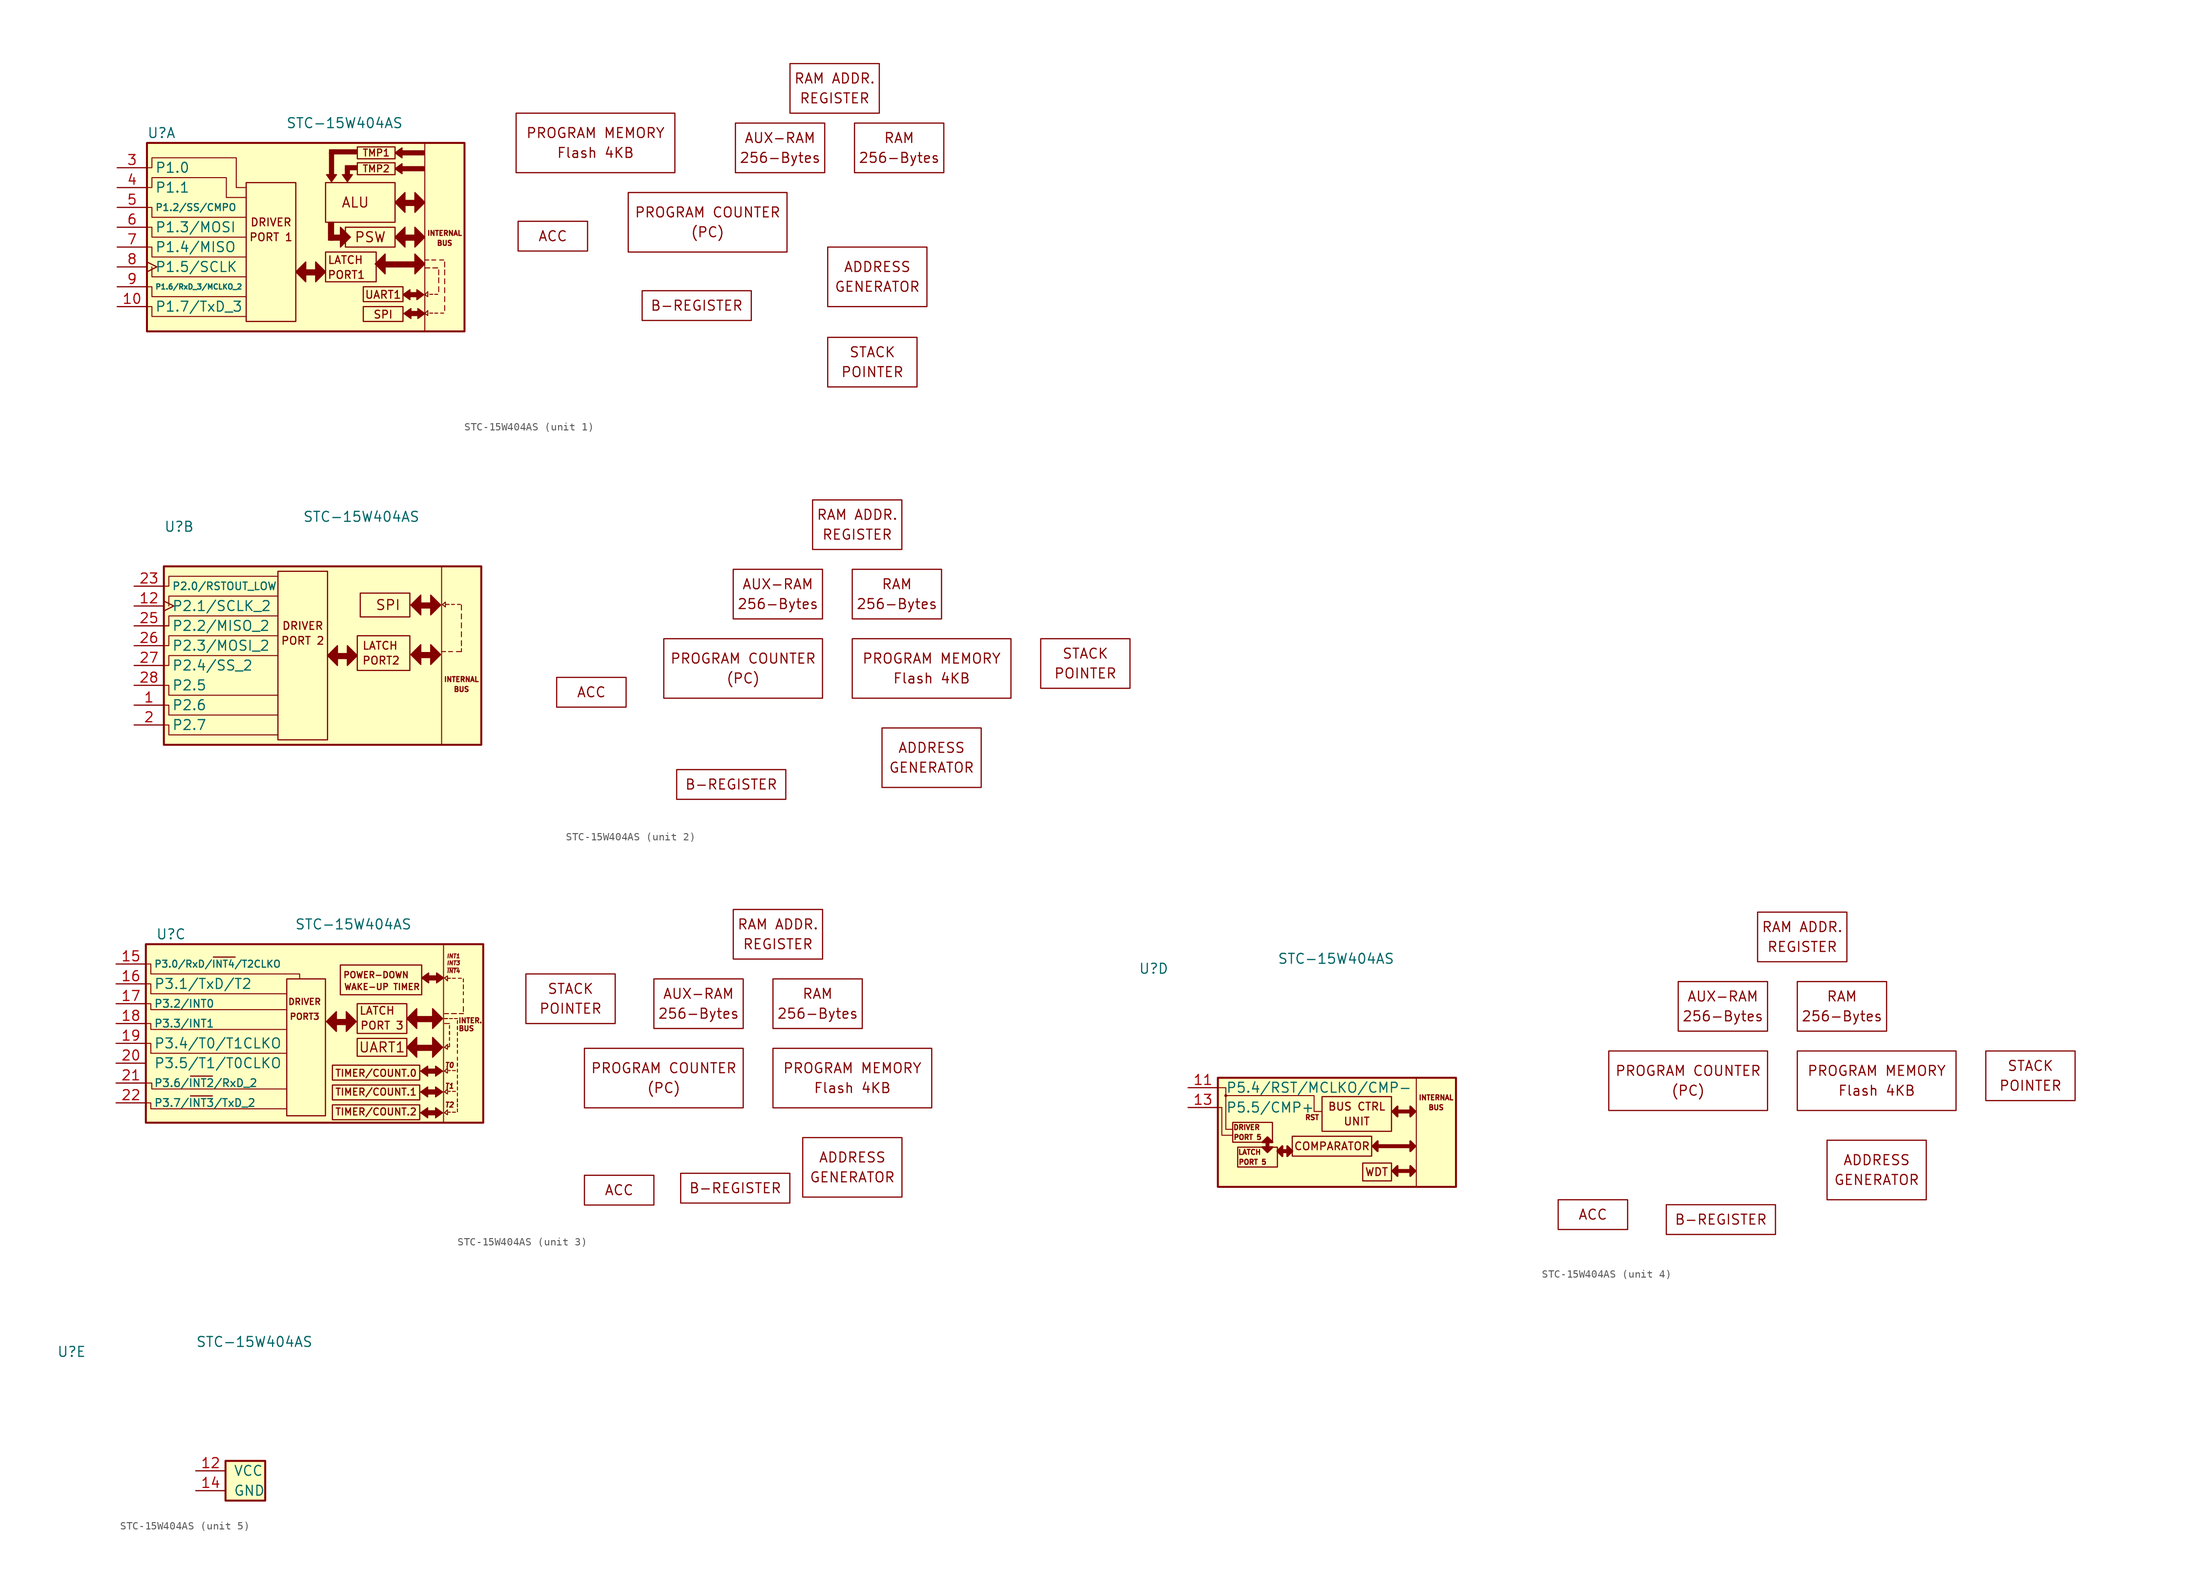
<source format=kicad_sym>
(kicad_symbol_lib
  (version 20211014)
  (generator kicad_symbol_editor)
  (symbol "STC-15W404AS"
    (pin_names
      (offset 1.016))
    (property "Reference" "U"
      (at -24.13 16.51 0)
      (effects (font (size 1.27 1.27)) (justify left)))
    (property "Value" "STC-15W404AS"
      (at -6.35 17.78 0)
      (effects (font (size 1.27 1.27)) (justify left)))
    (property "ki_locked" ""
      (at 0 0 0)
      (effects (font (size 1.27 1.27))))
    (symbol "STC-15W404AS_1_1"
      (rectangle (start -24.13 15.24) (end 16.51 -8.89) (stroke (width 0.254) (type default) (color 0 0 0 0)) (fill (type background)))
      (rectangle (start -5.08 -7.62) (end -11.43 10.16) (stroke (width 0) (type default) (color 0 0 0 0)) (fill (type none)))
      (rectangle (start -2.54 -1.651) (end -3.81 -1.016) (stroke (width 0) (type default) (color 0 0 0 0)) (fill (type outline)))
      (rectangle (start -1.27 10.16) (end 7.62 5.08) (stroke (width 0) (type default) (color 0 0 0 0)) (fill (type none)))
      (rectangle (start -0.762 11.176) (end -0.254 13.97) (stroke (width 0) (type default) (color 0 0 0 0)) (fill (type outline)))
      (rectangle (start -0.254 5.08) (end -0.889 2.794) (stroke (width 0) (type default) (color 0 0 0 0)) (fill (type outline)))
      (polyline (pts (xy 11.43 -0.762) (xy 12.065 -0.762)) (stroke (width 0.127) (type default) (color 0 0 0 0)) (fill (type none)))
      (polyline (pts (xy 11.43 0.254) (xy 11.938 0.254)) (stroke (width 0.127) (type default) (color 0 0 0 0)) (fill (type none)))
      (polyline (pts (xy 12.319 0.254) (xy 12.827 0.254)) (stroke (width 0.127) (type default) (color 0 0 0 0)) (fill (type none)))
      (polyline (pts (xy 12.446 -6.553) (xy 12.065 -6.553)) (stroke (width 0.127) (type default) (color 0 0 0 0)) (fill (type none)))
      (polyline (pts (xy 12.446 -4.14) (xy 12.065 -4.14)) (stroke (width 0.127) (type default) (color 0 0 0 0)) (fill (type none)))
      (polyline (pts (xy 13.081 -6.553) (xy 12.7 -6.553)) (stroke (width 0.127) (type default) (color 0 0 0 0)) (fill (type none)))
      (polyline (pts (xy 13.081 -4.14) (xy 12.7 -4.14)) (stroke (width 0.127) (type default) (color 0 0 0 0)) (fill (type none)))
      (polyline (pts (xy 13.081 -0.762) (xy 12.446 -0.762)) (stroke (width 0.127) (type default) (color 0 0 0 0)) (fill (type none)))
      (polyline (pts (xy 13.208 -3.175) (xy 13.208 -3.81)) (stroke (width 0.127) (type default) (color 0 0 0 0)) (fill (type none)))
      (polyline (pts (xy 13.208 -2.667) (xy 13.208 -2.032)) (stroke (width 0.127) (type default) (color 0 0 0 0)) (fill (type none)))
      (polyline (pts (xy 13.208 -1.016) (xy 13.208 -1.651)) (stroke (width 0.127) (type default) (color 0 0 0 0)) (fill (type none)))
      (polyline (pts (xy 13.843 -6.553) (xy 13.462 -6.553)) (stroke (width 0.127) (type default) (color 0 0 0 0)) (fill (type none)))
      (polyline (pts (xy 13.843 0.254) (xy 13.335 0.254)) (stroke (width 0.127) (type default) (color 0 0 0 0)) (fill (type none)))
      (polyline (pts (xy 13.97 -5.588) (xy 13.97 -6.223)) (stroke (width 0.127) (type default) (color 0 0 0 0)) (fill (type none)))
      (polyline (pts (xy 13.97 -5.08) (xy 13.97 -4.445)) (stroke (width 0.127) (type default) (color 0 0 0 0)) (fill (type none)))
      (polyline (pts (xy 13.97 -3.302) (xy 13.97 -3.937)) (stroke (width 0.127) (type default) (color 0 0 0 0)) (fill (type none)))
      (polyline (pts (xy 13.97 -2.794) (xy 13.97 -2.159)) (stroke (width 0.127) (type default) (color 0 0 0 0)) (fill (type none)))
      (polyline (pts (xy 13.97 -1.651) (xy 13.97 -1.016)) (stroke (width 0.127) (type default) (color 0 0 0 0)) (fill (type none)))
      (polyline (pts (xy 13.97 0) (xy 13.97 -0.635)) (stroke (width 0.127) (type default) (color 0 0 0 0)) (fill (type none)))
      (polyline (pts (xy -23.495 -0.635) (xy -23.495 -1.905) (xy -11.43 -1.905)) (stroke (width 0.127) (type default) (color 0 0 0 0)) (fill (type none)))
      (polyline (pts (xy -24.13 -5.715) (xy -23.495 -5.715) (xy -23.495 -6.985) (xy -11.43 -6.985)) (stroke (width 0.127) (type default) (color 0 0 0 0)) (fill (type none)))
      (polyline (pts (xy -24.13 4.445) (xy -23.495 4.445) (xy -23.495 3.175) (xy -11.43 3.175)) (stroke (width 0.127) (type default) (color 0 0 0 0)) (fill (type none)))
      (polyline (pts (xy -5.08 -1.27) (xy -3.81 0) (xy -5.08 -1.27) (xy -3.81 -2.54) (xy -3.81 0)) (stroke (width 0) (type default) (color 0 0 0 0)) (fill (type outline)))
      (polyline (pts (xy -1.27 -1.27) (xy -2.54 -2.54) (xy -1.27 -1.27) (xy -2.54 0) (xy -2.54 -2.54)) (stroke (width 0) (type default) (color 0 0 0 0)) (fill (type outline)))
      (polyline (pts (xy 1.905 3.175) (xy 0.635 1.905) (xy 1.905 3.175) (xy 0.635 4.445) (xy 0.635 1.905)) (stroke (width 0) (type default) (color 0 0 0 0)) (fill (type outline)))
      (polyline (pts (xy 5.08 -0.254) (xy 6.35 1.016) (xy 5.08 -0.254) (xy 6.35 -1.524) (xy 6.35 1.016)) (stroke (width 0) (type default) (color 0 0 0 0)) (fill (type outline)))
      (polyline (pts (xy 7.62 3.175) (xy 8.89 4.445) (xy 7.62 3.175) (xy 8.89 1.905) (xy 8.89 4.445)) (stroke (width 0) (type default) (color 0 0 0 0)) (fill (type outline)))
      (polyline (pts (xy 7.62 7.62) (xy 8.89 8.89) (xy 7.62 7.62) (xy 8.89 6.35) (xy 8.89 8.89)) (stroke (width 0) (type default) (color 0 0 0 0)) (fill (type outline)))
      (polyline (pts (xy 11.43 -6.604) (xy 11.811 -6.223) (xy 11.811 -6.731) (xy 11.811 -6.858) (xy 11.43 -6.604)) (stroke (width 0.127) (type default) (color 0 0 0 0)) (fill (type none)))
      (polyline (pts (xy 11.43 -4.191) (xy 11.811 -3.81) (xy 11.811 -4.318) (xy 11.811 -4.445) (xy 11.43 -4.191)) (stroke (width 0.127) (type default) (color 0 0 0 0)) (fill (type none)))
      (polyline (pts (xy 11.43 -0.254) (xy 10.16 -1.524) (xy 11.43 -0.254) (xy 10.16 1.016) (xy 10.16 -1.524)) (stroke (width 0) (type default) (color 0 0 0 0)) (fill (type outline)))
      (polyline (pts (xy 11.43 3.175) (xy 10.16 1.905) (xy 11.43 3.175) (xy 10.16 4.445) (xy 10.16 1.905)) (stroke (width 0) (type default) (color 0 0 0 0)) (fill (type outline)))
      (polyline (pts (xy 11.43 7.62) (xy 10.16 6.35) (xy 11.43 7.62) (xy 10.16 8.89) (xy 10.16 6.35)) (stroke (width 0) (type default) (color 0 0 0 0)) (fill (type outline)))
      (polyline (pts (xy -24.13 -3.175) (xy -23.495 -3.175) (xy -23.495 -4.445) (xy -22.86 -4.445) (xy -15.875 -4.445) (xy -11.43 -4.445)) (stroke (width 0.127) (type default) (color 0 0 0 0)) (fill (type none)))
      (polyline (pts (xy -24.13 1.905) (xy -23.495 1.905) (xy -23.495 0.635) (xy -22.86 0.635) (xy -15.875 0.635) (xy -11.43 0.635)) (stroke (width 0.127) (type default) (color 0 0 0 0)) (fill (type none)))
      (polyline (pts (xy -24.13 6.985) (xy -23.495 6.985) (xy -23.495 5.715) (xy -22.86 5.715) (xy -15.875 5.715) (xy -11.43 5.715)) (stroke (width 0.127) (type default) (color 0 0 0 0)) (fill (type none)))
      (polyline (pts (xy -24.13 9.525) (xy -23.495 9.525) (xy -23.495 10.795) (xy -13.97 10.795) (xy -13.97 8.255) (xy -11.43 8.255)) (stroke (width 0.127) (type default) (color 0 0 0 0)) (fill (type none)))
      (polyline (pts (xy -24.13 12.065) (xy -23.495 12.065) (xy -23.495 13.335) (xy -12.7 13.335) (xy -12.7 9.525) (xy -11.43 9.525)) (stroke (width 0.127) (type default) (color 0 0 0 0)) (fill (type none)))
      (polyline (pts (xy -0.508 10.541) (xy -1.143 11.176) (xy -0.508 10.287) (xy 0.127 11.176) (xy -0.381 11.176) (xy -1.143 11.176)) (stroke (width 0) (type default) (color 0 0 0 0)) (fill (type outline)))
      (polyline (pts (xy 1.524 10.541) (xy 0.889 11.176) (xy 1.524 10.287) (xy 2.159 11.176) (xy 1.651 11.176) (xy 0.889 11.176)) (stroke (width 0) (type default) (color 0 0 0 0)) (fill (type outline)))
      (polyline (pts (xy 7.874 11.938) (xy 8.509 12.573) (xy 7.62 11.938) (xy 8.509 11.303) (xy 8.509 11.811) (xy 8.509 12.573)) (stroke (width 0) (type default) (color 0 0 0 0)) (fill (type outline)))
      (polyline (pts (xy 7.874 13.97) (xy 8.509 14.605) (xy 7.62 13.97) (xy 8.509 13.335) (xy 8.509 13.843) (xy 8.509 14.605)) (stroke (width 0) (type default) (color 0 0 0 0)) (fill (type outline)))
      (polyline (pts (xy 8.89 -4.191) (xy 9.525 -3.556) (xy 8.636 -4.191) (xy 9.525 -4.826) (xy 9.525 -4.318) (xy 9.525 -3.556)) (stroke (width 0) (type default) (color 0 0 0 0)) (fill (type outline)))
      (polyline (pts (xy 9.017 -6.604) (xy 9.652 -5.969) (xy 8.763 -6.604) (xy 9.652 -7.239) (xy 9.652 -6.731) (xy 9.652 -5.969)) (stroke (width 0) (type default) (color 0 0 0 0)) (fill (type outline)))
      (polyline (pts (xy 11.049 -4.191) (xy 10.414 -4.826) (xy 11.303 -4.191) (xy 10.414 -3.556) (xy 10.414 -4.064) (xy 10.414 -4.826)) (stroke (width 0) (type default) (color 0 0 0 0)) (fill (type outline)))
      (polyline (pts (xy 11.176 -6.604) (xy 10.541 -7.239) (xy 11.43 -6.604) (xy 10.541 -5.969) (xy 10.541 -6.477) (xy 10.541 -7.239)) (stroke (width 0) (type default) (color 0 0 0 0)) (fill (type outline)))
      (rectangle (start 0.635 2.794) (end -0.635 3.429) (stroke (width 0) (type default) (color 0 0 0 0)) (fill (type outline)))
      (rectangle (start 1.27 4.445) (end 7.62 1.905) (stroke (width 0) (type default) (color 0 0 0 0)) (fill (type none)))
      (rectangle (start 1.27 11.176) (end 1.778 11.938) (stroke (width 0) (type default) (color 0 0 0 0)) (fill (type outline)))
      (rectangle (start 2.667 11.811) (end 1.27 12.319) (stroke (width 0) (type default) (color 0 0 0 0)) (fill (type outline)))
      (rectangle (start 2.667 13.843) (end -0.762 14.351) (stroke (width 0) (type default) (color 0 0 0 0)) (fill (type outline)))
      (rectangle (start 2.794 12.7) (end 7.62 11.176) (stroke (width 0) (type default) (color 0 0 0 0)) (fill (type none)))
      (rectangle (start 2.794 14.732) (end 7.62 13.208) (stroke (width 0) (type default) (color 0 0 0 0)) (fill (type none)))
      (rectangle (start 3.556 -5.715) (end 8.636 -7.62) (stroke (width 0) (type default) (color 0 0 0 0)) (fill (type none)))
      (rectangle (start 3.556 -3.175) (end 8.636 -5.08) (stroke (width 0) (type default) (color 0 0 0 0)) (fill (type none)))
      (rectangle (start 5.207 -2.54) (end -1.27 1.27) (stroke (width 0) (type default) (color 0 0 0 0)) (fill (type none)))
      (rectangle (start 8.509 12.192) (end 11.303 11.684) (stroke (width 0) (type default) (color 0 0 0 0)) (fill (type outline)))
      (rectangle (start 8.509 14.224) (end 11.303 13.716) (stroke (width 0) (type default) (color 0 0 0 0)) (fill (type outline)))
      (rectangle (start 9.525 -3.937) (end 10.414 -4.445) (stroke (width 0) (type default) (color 0 0 0 0)) (fill (type outline)))
      (rectangle (start 9.652 -6.35) (end 10.541 -6.858) (stroke (width 0) (type default) (color 0 0 0 0)) (fill (type outline)))
      (rectangle (start 10.16 -0.635) (end 6.35 0) (stroke (width 0) (type default) (color 0 0 0 0)) (fill (type outline)))
      (rectangle (start 10.16 2.794) (end 8.89 3.429) (stroke (width 0) (type default) (color 0 0 0 0)) (fill (type outline)))
      (rectangle (start 10.16 7.239) (end 8.89 7.874) (stroke (width 0) (type default) (color 0 0 0 0)) (fill (type outline)))
      (rectangle (start 11.43 15.24) (end 16.51 -8.89) (stroke (width 0.127) (type default) (color 0 0 0 0)) (fill (type none)))
      (rectangle (start 23.114 19.05) (end 43.434 11.43) (stroke (width 0) (type default) (color 0 0 0 0)) (fill (type none)))
      (rectangle (start 23.368 5.207) (end 32.258 1.397) (stroke (width 0) (type default) (color 0 0 0 0)) (fill (type none)))
      (rectangle (start 37.465 8.89) (end 57.785 1.27) (stroke (width 0) (type default) (color 0 0 0 0)) (fill (type none)))
      (rectangle (start 39.243 -3.683) (end 53.213 -7.493) (stroke (width 0) (type default) (color 0 0 0 0)) (fill (type none)))
      (rectangle (start 51.181 17.78) (end 62.611 11.43) (stroke (width 0) (type default) (color 0 0 0 0)) (fill (type none)))
      (rectangle (start 58.166 25.4) (end 69.596 19.05) (stroke (width 0) (type default) (color 0 0 0 0)) (fill (type none)))
      (rectangle (start 62.992 -9.652) (end 74.422 -16.002) (stroke (width 0) (type default) (color 0 0 0 0)) (fill (type none)))
      (rectangle (start 62.992 1.905) (end 75.692 -5.715) (stroke (width 0) (type default) (color 0 0 0 0)) (fill (type none)))
      (rectangle (start 66.421 17.78) (end 77.851 11.43) (stroke (width 0) (type default) (color 0 0 0 0)) (fill (type none)))
      (text "(PC)" (at 47.625 3.81 0) (effects (font (size 1.27 1.27))))
      (text "256-Bytes" (at 56.896 13.335 0) (effects (font (size 1.27 1.27))))
      (text "256-Bytes" (at 72.136 13.335 0) (effects (font (size 1.27 1.27))))
      (text "ACC" (at 27.813 3.302 0) (effects (font (size 1.27 1.27))))
      (text "ADDRESS" (at 69.342 -0.635 0) (effects (font (size 1.27 1.27))))
      (text "ALU" (at 2.54 7.62 0) (effects (font (size 1.27 1.27))))
      (text "AUX-RAM" (at 56.896 15.875 0) (effects (font (size 1.27 1.27))))
      (text "B-REGISTER" (at 46.228 -5.588 0) (effects (font (size 1.27 1.27))))
      (text "BUS" (at 13.97 2.413 0) (effects (font (size 0.635 0.635))))
      (text "DRIVER" (at -8.255 5.08 0) (effects (font (size 0.991 0.991))))
      (text "Flash 4KB" (at 33.274 13.97 0) (effects (font (size 1.27 1.27))))
      (text "GENERATOR" (at 69.342 -3.175 0) (effects (font (size 1.27 1.27))))
      (text "INTERNAL" (at 13.97 3.683 0) (effects (font (size 0.635 0.635))))
      (text "LATCH" (at 1.27 0.254 0) (effects (font (size 0.991 0.991))))
      (text "POINTER" (at 68.707 -14.097 0) (effects (font (size 1.27 1.27))))
      (text "PORT 1" (at -8.255 3.175 0) (effects (font (size 0.991 0.991))))
      (text "PORT1" (at 1.397 -1.651 0) (effects (font (size 0.991 0.991))))
      (text "PROGRAM COUNTER" (at 47.625 6.35 0) (effects (font (size 1.27 1.27))))
      (text "PROGRAM MEMORY" (at 33.274 16.51 0) (effects (font (size 1.27 1.27))))
      (text "PSW" (at 4.445 3.175 0) (effects (font (size 1.27 1.27))))
      (text "RAM" (at 72.136 15.875 0) (effects (font (size 1.27 1.27))))
      (text "RAM ADDR." (at 63.881 23.495 0) (effects (font (size 1.27 1.27))))
      (text "REGISTER" (at 63.881 20.955 0) (effects (font (size 1.27 1.27))))
      (text "SPI" (at 6.096 -6.731 0) (effects (font (size 0.991 0.991))))
      (text "STACK" (at 68.707 -11.557 0) (effects (font (size 1.27 1.27))))
      (text "TMP1" (at 5.207 13.97 0) (effects (font (size 0.889 0.889))))
      (text "TMP2" (at 5.207 11.938 0) (effects (font (size 0.889 0.889))))
      (text "UART1" (at 6.096 -4.191 0) (effects (font (size 0.991 0.991))))
      (pin bidirectional line (at -27.94 -5.715 0) (length 3.81) (name "P1.7/TxD_3" (effects (font (size 1.27 1.27)))) (number "10" (effects (font (size 1.27 1.27)))))
      (pin bidirectional line (at -27.94 12.065 0) (length 3.81) (name "P1.0" (effects (font (size 1.27 1.27)))) (number "3" (effects (font (size 1.27 1.27)))))
      (pin bidirectional line (at -27.94 9.525 0) (length 3.81) (name "P1.1" (effects (font (size 1.27 1.27)))) (number "4" (effects (font (size 1.27 1.27)))))
      (pin bidirectional line (at -27.94 6.985 0) (length 3.81) (name "P1.2/SS/CMPO" (effects (font (size 0.889 0.889)))) (number "5" (effects (font (size 1.27 1.27)))))
      (pin bidirectional line (at -27.94 4.445 0) (length 3.81) (name "P1.3/MOSI" (effects (font (size 1.27 1.27)))) (number "6" (effects (font (size 1.27 1.27)))))
      (pin bidirectional line (at -27.94 1.905 0) (length 3.81) (name "P1.4/MISO" (effects (font (size 1.27 1.27)))) (number "7" (effects (font (size 1.27 1.27)))))
      (pin bidirectional clock (at -27.94 -0.635 0) (length 3.81) (name "P1.5/SCLK" (effects (font (size 1.27 1.27)))) (number "8" (effects (font (size 1.27 1.27)))))
      (pin bidirectional line (at -27.94 -3.175 0) (length 3.81) (name "P1.6/RxD_3/MCLKO_2" (effects (font (size 0.66 0.66)))) (number "9" (effects (font (size 1.27 1.27))))))
    (symbol "STC-15W404AS_2_1"
      (rectangle (start -24.13 11.43) (end 16.51 -11.43) (stroke (width 0.254) (type default) (color 0 0 0 0)) (fill (type background)))
      (rectangle (start -3.175 -10.795) (end -9.525 10.795) (stroke (width 0) (type default) (color 0 0 0 0)) (fill (type none)))
      (rectangle (start -0.635 -0.381) (end -1.905 0.254) (stroke (width 0) (type default) (color 0 0 0 0)) (fill (type outline)))
      (polyline (pts (xy -23.495 3.81) (xy -24.13 3.81)) (stroke (width 0.152) (type default) (color 0 0 0 0)) (fill (type none)))
      (polyline (pts (xy 11.43 0.508) (xy 11.938 0.508)) (stroke (width 0.127) (type default) (color 0 0 0 0)) (fill (type none)))
      (polyline (pts (xy 12.319 0.508) (xy 12.827 0.508)) (stroke (width 0.127) (type default) (color 0 0 0 0)) (fill (type none)))
      (polyline (pts (xy 12.395 6.553) (xy 12.014 6.553)) (stroke (width 0.127) (type default) (color 0 0 0 0)) (fill (type none)))
      (polyline (pts (xy 13.081 6.553) (xy 12.7 6.553)) (stroke (width 0.127) (type default) (color 0 0 0 0)) (fill (type none)))
      (polyline (pts (xy 13.843 6.553) (xy 13.462 6.553)) (stroke (width 0.127) (type default) (color 0 0 0 0)) (fill (type none)))
      (polyline (pts (xy 13.97 0.508) (xy 13.335 0.508)) (stroke (width 0.127) (type default) (color 0 0 0 0)) (fill (type none)))
      (polyline (pts (xy 13.97 0.533) (xy 13.97 0.889)) (stroke (width 0.127) (type default) (color 0 0 0 0)) (fill (type none)))
      (polyline (pts (xy 13.97 1.905) (xy 13.97 1.27)) (stroke (width 0.127) (type default) (color 0 0 0 0)) (fill (type none)))
      (polyline (pts (xy 13.97 3.048) (xy 13.97 2.413)) (stroke (width 0.127) (type default) (color 0 0 0 0)) (fill (type none)))
      (polyline (pts (xy 13.97 3.556) (xy 13.97 4.191)) (stroke (width 0.127) (type default) (color 0 0 0 0)) (fill (type none)))
      (polyline (pts (xy 13.97 5.334) (xy 13.97 4.699)) (stroke (width 0.127) (type default) (color 0 0 0 0)) (fill (type none)))
      (polyline (pts (xy 13.97 5.842) (xy 13.97 6.477)) (stroke (width 0.127) (type default) (color 0 0 0 0)) (fill (type none)))
      (polyline (pts (xy -23.495 3.81) (xy -23.495 5.08) (xy -9.525 5.08)) (stroke (width 0.127) (type default) (color 0 0 0 0)) (fill (type none)))
      (polyline (pts (xy -24.13 -1.27) (xy -23.495 -1.27) (xy -23.495 0) (xy -9.525 0)) (stroke (width 0.127) (type default) (color 0 0 0 0)) (fill (type none)))
      (polyline (pts (xy -24.13 8.89) (xy -23.495 8.89) (xy -23.495 10.16) (xy -9.525 10.16)) (stroke (width 0.127) (type default) (color 0 0 0 0)) (fill (type none)))
      (polyline (pts (xy -23.495 6.35) (xy -23.495 7.62) (xy -22.86 7.62) (xy -15.875 7.62) (xy -9.525 7.62)) (stroke (width 0.127) (type default) (color 0 0 0 0)) (fill (type none)))
      (polyline (pts (xy -3.175 0) (xy -1.905 1.27) (xy -3.175 0) (xy -1.905 -1.27) (xy -1.905 1.27)) (stroke (width 0) (type default) (color 0 0 0 0)) (fill (type outline)))
      (polyline (pts (xy 0.635 0) (xy -0.635 -1.27) (xy 0.635 0) (xy -0.635 1.27) (xy -0.635 -1.27)) (stroke (width 0) (type default) (color 0 0 0 0)) (fill (type outline)))
      (polyline (pts (xy 7.493 0.127) (xy 8.763 1.397) (xy 7.493 0.127) (xy 8.763 -1.143) (xy 8.763 1.397)) (stroke (width 0) (type default) (color 0 0 0 0)) (fill (type outline)))
      (polyline (pts (xy 7.493 6.477) (xy 8.763 7.747) (xy 7.493 6.477) (xy 8.763 5.207) (xy 8.763 7.747)) (stroke (width 0) (type default) (color 0 0 0 0)) (fill (type outline)))
      (polyline (pts (xy 11.303 0.127) (xy 10.033 -1.143) (xy 11.303 0.127) (xy 10.033 1.397) (xy 10.033 -1.143)) (stroke (width 0) (type default) (color 0 0 0 0)) (fill (type outline)))
      (polyline (pts (xy 11.303 6.477) (xy 10.033 5.207) (xy 11.303 6.477) (xy 10.033 7.747) (xy 10.033 5.207)) (stroke (width 0) (type default) (color 0 0 0 0)) (fill (type outline)))
      (polyline (pts (xy 11.532 6.528) (xy 11.913 6.223) (xy 11.913 6.731) (xy 11.913 6.858) (xy 11.532 6.528)) (stroke (width 0.127) (type default) (color 0 0 0 0)) (fill (type none)))
      (polyline (pts (xy -24.13 -8.89) (xy -23.495 -8.89) (xy -23.495 -10.16) (xy -12.7 -10.16) (xy -11.43 -10.16) (xy -9.525 -10.16)) (stroke (width 0.127) (type default) (color 0 0 0 0)) (fill (type none)))
      (polyline (pts (xy -24.13 -6.35) (xy -23.495 -6.35) (xy -23.495 -7.62) (xy -12.7 -7.62) (xy -11.43 -7.62) (xy -9.525 -7.62)) (stroke (width 0.127) (type default) (color 0 0 0 0)) (fill (type none)))
      (polyline (pts (xy -24.13 -3.81) (xy -23.495 -3.81) (xy -23.495 -5.08) (xy -13.97 -5.08) (xy -12.7 -5.08) (xy -9.525 -5.08)) (stroke (width 0.127) (type default) (color 0 0 0 0)) (fill (type none)))
      (polyline (pts (xy -24.13 1.27) (xy -23.495 1.27) (xy -23.495 2.54) (xy -22.86 2.54) (xy -15.875 2.54) (xy -9.525 2.54)) (stroke (width 0.127) (type default) (color 0 0 0 0)) (fill (type none)))
      (rectangle (start 1.016 8.001) (end 7.366 4.953) (stroke (width 0) (type default) (color 0 0 0 0)) (fill (type none)))
      (rectangle (start 7.366 -1.905) (end 0.635 2.54) (stroke (width 0) (type default) (color 0 0 0 0)) (fill (type none)))
      (rectangle (start 10.033 -0.254) (end 8.763 0.381) (stroke (width 0) (type default) (color 0 0 0 0)) (fill (type outline)))
      (rectangle (start 10.033 6.096) (end 8.763 6.731) (stroke (width 0) (type default) (color 0 0 0 0)) (fill (type outline)))
      (rectangle (start 11.43 11.43) (end 16.51 -11.43) (stroke (width 0.127) (type default) (color 0 0 0 0)) (fill (type none)))
      (rectangle (start 26.162 -2.794) (end 35.052 -6.604) (stroke (width 0) (type default) (color 0 0 0 0)) (fill (type none)))
      (rectangle (start 39.878 2.159) (end 60.198 -5.461) (stroke (width 0) (type default) (color 0 0 0 0)) (fill (type none)))
      (rectangle (start 41.529 -14.605) (end 55.499 -18.415) (stroke (width 0) (type default) (color 0 0 0 0)) (fill (type none)))
      (rectangle (start 48.768 11.049) (end 60.198 4.699) (stroke (width 0) (type default) (color 0 0 0 0)) (fill (type none)))
      (rectangle (start 58.928 19.939) (end 70.358 13.589) (stroke (width 0) (type default) (color 0 0 0 0)) (fill (type none)))
      (rectangle (start 64.008 2.159) (end 84.328 -5.461) (stroke (width 0) (type default) (color 0 0 0 0)) (fill (type none)))
      (rectangle (start 64.008 11.049) (end 75.438 4.699) (stroke (width 0) (type default) (color 0 0 0 0)) (fill (type none)))
      (rectangle (start 67.818 -9.271) (end 80.518 -16.891) (stroke (width 0) (type default) (color 0 0 0 0)) (fill (type none)))
      (rectangle (start 88.138 2.159) (end 99.568 -4.191) (stroke (width 0) (type default) (color 0 0 0 0)) (fill (type none)))
      (text "(PC)" (at 50.038 -2.921 0) (effects (font (size 1.27 1.27))))
      (text "256-Bytes" (at 54.483 6.604 0) (effects (font (size 1.27 1.27))))
      (text "256-Bytes" (at 69.723 6.604 0) (effects (font (size 1.27 1.27))))
      (text "ACC" (at 30.607 -4.699 0) (effects (font (size 1.27 1.27))))
      (text "ADDRESS" (at 74.168 -11.811 0) (effects (font (size 1.27 1.27))))
      (text "AUX-RAM" (at 54.483 9.144 0) (effects (font (size 1.27 1.27))))
      (text "B-REGISTER" (at 48.514 -16.51 0) (effects (font (size 1.27 1.27))))
      (text "BUS" (at 13.97 -4.318 0) (effects (font (size 0.635 0.635))))
      (text "DRIVER" (at -6.35 3.81 0) (effects (font (size 0.991 0.991))))
      (text "Flash 4KB" (at 74.168 -2.921 0) (effects (font (size 1.27 1.27))))
      (text "GENERATOR" (at 74.168 -14.351 0) (effects (font (size 1.27 1.27))))
      (text "INTERNAL" (at 13.97 -3.048 0) (effects (font (size 0.635 0.635))))
      (text "LATCH" (at 3.556 1.27 0) (effects (font (size 0.991 0.991))))
      (text "POINTER" (at 93.853 -2.286 0) (effects (font (size 1.27 1.27))))
      (text "PORT 2" (at -6.35 1.905 0) (effects (font (size 0.991 0.991))))
      (text "PORT2" (at 3.683 -0.635 0) (effects (font (size 0.991 0.991))))
      (text "PROGRAM COUNTER" (at 50.038 -0.381 0) (effects (font (size 1.27 1.27))))
      (text "PROGRAM MEMORY" (at 74.168 -0.381 0) (effects (font (size 1.27 1.27))))
      (text "RAM" (at 69.723 9.144 0) (effects (font (size 1.27 1.27))))
      (text "RAM ADDR." (at 64.643 18.034 0) (effects (font (size 1.27 1.27))))
      (text "REGISTER" (at 64.643 15.494 0) (effects (font (size 1.27 1.27))))
      (text "SPI" (at 4.572 6.477 0) (effects (font (size 1.27 1.27))))
      (text "STACK" (at 93.853 0.254 0) (effects (font (size 1.27 1.27))))
      (pin bidirectional line (at -27.94 -6.35 0) (length 3.81) (name "P2.6" (effects (font (size 1.27 1.27)))) (number "1" (effects (font (size 1.27 1.27)))))
      (pin bidirectional clock (at -27.94 6.35 0) (length 3.81) (name "P2.1/SCLK_2" (effects (font (size 1.27 1.27)))) (number "12" (effects (font (size 1.27 1.27)))))
      (pin bidirectional line (at -27.94 -8.89 0) (length 3.81) (name "P2.7" (effects (font (size 1.27 1.27)))) (number "2" (effects (font (size 1.27 1.27)))))
      (pin bidirectional line (at -27.94 8.89 0) (length 3.81) (name "P2.0/RSTOUT_LOW" (effects (font (size 0.965 0.965)))) (number "23" (effects (font (size 1.27 1.27)))))
      (pin bidirectional line (at -27.94 3.81 0) (length 3.81) (name "P2.2/MISO_2" (effects (font (size 1.27 1.27)))) (number "25" (effects (font (size 1.27 1.27)))))
      (pin bidirectional line (at -27.94 1.27 0) (length 3.81) (name "P2.3/MOSI_2" (effects (font (size 1.27 1.27)))) (number "26" (effects (font (size 1.27 1.27)))))
      (pin bidirectional line (at -27.94 -1.27 0) (length 3.81) (name "P2.4/SS_2" (effects (font (size 1.27 1.27)))) (number "27" (effects (font (size 1.27 1.27)))))
      (pin bidirectional line (at -27.94 -3.81 0) (length 3.81) (name "P2.5" (effects (font (size 1.27 1.27)))) (number "28" (effects (font (size 1.27 1.27))))))
    (symbol "STC-15W404AS_3_1"
      (rectangle (start -25.4 15.24) (end 17.78 -7.62) (stroke (width 0.254) (type default) (color 0 0 0 0)) (fill (type background)))
      (rectangle (start -2.413 -6.731) (end -7.366 10.795) (stroke (width 0) (type default) (color 0 0 0 0)) (fill (type none)))
      (rectangle (start -1.524 -5.334) (end 9.652 -7.239) (stroke (width 0) (type default) (color 0 0 0 0)) (fill (type none)))
      (rectangle (start -1.524 -2.794) (end 9.652 -4.699) (stroke (width 0) (type default) (color 0 0 0 0)) (fill (type none)))
      (rectangle (start -1.524 -0.254) (end 9.652 -2.159) (stroke (width 0) (type default) (color 0 0 0 0)) (fill (type none)))
      (rectangle (start -0.508 12.573) (end 9.906 8.763) (stroke (width 0) (type default) (color 0 0 0 0)) (fill (type none)))
      (polyline (pts (xy -19.685 -4.191) (xy -16.891 -4.191)) (stroke (width 0.152) (type default) (color 0 0 0 0)) (fill (type none)))
      (polyline (pts (xy -19.685 -1.651) (xy -16.891 -1.651)) (stroke (width 0.152) (type default) (color 0 0 0 0)) (fill (type none)))
      (polyline (pts (xy -16.764 13.589) (xy -13.97 13.589)) (stroke (width 0.152) (type default) (color 0 0 0 0)) (fill (type none)))
      (polyline (pts (xy 12.827 5.08) (xy 13.462 5.08)) (stroke (width 0.127) (type default) (color 0 0 0 0)) (fill (type none)))
      (polyline (pts (xy 12.827 6.35) (xy 13.335 6.35)) (stroke (width 0.127) (type default) (color 0 0 0 0)) (fill (type none)))
      (polyline (pts (xy 13.208 2.108) (xy 13.437 2.108)) (stroke (width 0.127) (type default) (color 0 0 0 0)) (fill (type none)))
      (polyline (pts (xy 13.208 5.715) (xy 12.827 5.715)) (stroke (width 0.127) (type default) (color 0 0 0 0)) (fill (type none)))
      (polyline (pts (xy 13.208 5.715) (xy 12.827 5.715)) (stroke (width 0.127) (type default) (color 0 0 0 0)) (fill (type none)))
      (polyline (pts (xy 13.208 12.192) (xy 14.605 12.192)) (stroke (width 0.102) (type default) (color 0 0 0 0)) (fill (type none)))
      (polyline (pts (xy 13.335 -6.274) (xy 13.564 -6.274)) (stroke (width 0.127) (type default) (color 0 0 0 0)) (fill (type none)))
      (polyline (pts (xy 13.335 -3.607) (xy 13.564 -3.607)) (stroke (width 0.127) (type default) (color 0 0 0 0)) (fill (type none)))
      (polyline (pts (xy 13.335 -0.94) (xy 13.564 -0.94)) (stroke (width 0.127) (type default) (color 0 0 0 0)) (fill (type none)))
      (polyline (pts (xy 13.462 2.159) (xy 13.462 2.54)) (stroke (width 0.127) (type default) (color 0 0 0 0)) (fill (type none)))
      (polyline (pts (xy 13.462 2.921) (xy 13.462 3.302)) (stroke (width 0.127) (type default) (color 0 0 0 0)) (fill (type none)))
      (polyline (pts (xy 13.462 3.683) (xy 13.462 4.064)) (stroke (width 0.127) (type default) (color 0 0 0 0)) (fill (type none)))
      (polyline (pts (xy 13.462 3.683) (xy 13.462 4.064)) (stroke (width 0.127) (type default) (color 0 0 0 0)) (fill (type none)))
      (polyline (pts (xy 13.462 4.445) (xy 13.462 4.826)) (stroke (width 0.127) (type default) (color 0 0 0 0)) (fill (type none)))
      (polyline (pts (xy 13.589 10.871) (xy 13.208 10.871)) (stroke (width 0.127) (type default) (color 0 0 0 0)) (fill (type none)))
      (polyline (pts (xy 13.716 6.35) (xy 14.224 6.35)) (stroke (width 0.127) (type default) (color 0 0 0 0)) (fill (type none)))
      (polyline (pts (xy 13.843 5.715) (xy 13.462 5.715)) (stroke (width 0.127) (type default) (color 0 0 0 0)) (fill (type none)))
      (polyline (pts (xy 13.843 6.35) (xy 14.351 6.35)) (stroke (width 0.127) (type default) (color 0 0 0 0)) (fill (type none)))
      (polyline (pts (xy 14.097 5.715) (xy 14.478 5.715)) (stroke (width 0.127) (type default) (color 0 0 0 0)) (fill (type none)))
      (polyline (pts (xy 14.224 -6.274) (xy 13.843 -6.274)) (stroke (width 0.127) (type default) (color 0 0 0 0)) (fill (type none)))
      (polyline (pts (xy 14.224 -3.607) (xy 13.843 -3.607)) (stroke (width 0.127) (type default) (color 0 0 0 0)) (fill (type none)))
      (polyline (pts (xy 14.224 -0.94) (xy 13.843 -0.94)) (stroke (width 0.127) (type default) (color 0 0 0 0)) (fill (type none)))
      (polyline (pts (xy 14.224 10.871) (xy 13.843 10.871)) (stroke (width 0.127) (type default) (color 0 0 0 0)) (fill (type none)))
      (polyline (pts (xy 14.478 -6.223) (xy 14.478 -5.842)) (stroke (width 0.127) (type default) (color 0 0 0 0)) (fill (type none)))
      (polyline (pts (xy 14.478 -5.588) (xy 14.478 -5.207)) (stroke (width 0.127) (type default) (color 0 0 0 0)) (fill (type none)))
      (polyline (pts (xy 14.478 -4.953) (xy 14.478 -4.572)) (stroke (width 0.127) (type default) (color 0 0 0 0)) (fill (type none)))
      (polyline (pts (xy 14.478 -4.953) (xy 14.478 -4.572)) (stroke (width 0.127) (type default) (color 0 0 0 0)) (fill (type none)))
      (polyline (pts (xy 14.478 -4.191) (xy 14.478 -3.81)) (stroke (width 0.127) (type default) (color 0 0 0 0)) (fill (type none)))
      (polyline (pts (xy 14.478 -3.429) (xy 14.478 -3.048)) (stroke (width 0.127) (type default) (color 0 0 0 0)) (fill (type none)))
      (polyline (pts (xy 14.478 -2.667) (xy 14.478 -2.286)) (stroke (width 0.127) (type default) (color 0 0 0 0)) (fill (type none)))
      (polyline (pts (xy 14.478 -2.667) (xy 14.478 -2.286)) (stroke (width 0.127) (type default) (color 0 0 0 0)) (fill (type none)))
      (polyline (pts (xy 14.478 -1.905) (xy 14.478 -1.524)) (stroke (width 0.127) (type default) (color 0 0 0 0)) (fill (type none)))
      (polyline (pts (xy 14.478 -1.143) (xy 14.478 -0.762)) (stroke (width 0.127) (type default) (color 0 0 0 0)) (fill (type none)))
      (polyline (pts (xy 14.478 -0.381) (xy 14.478 0)) (stroke (width 0.127) (type default) (color 0 0 0 0)) (fill (type none)))
      (polyline (pts (xy 14.478 -0.381) (xy 14.478 0)) (stroke (width 0.127) (type default) (color 0 0 0 0)) (fill (type none)))
      (polyline (pts (xy 14.478 0.381) (xy 14.478 0.762)) (stroke (width 0.127) (type default) (color 0 0 0 0)) (fill (type none)))
      (polyline (pts (xy 14.478 1.27) (xy 14.478 1.651)) (stroke (width 0.127) (type default) (color 0 0 0 0)) (fill (type none)))
      (polyline (pts (xy 14.478 2.032) (xy 14.478 2.413)) (stroke (width 0.127) (type default) (color 0 0 0 0)) (fill (type none)))
      (polyline (pts (xy 14.478 2.032) (xy 14.478 2.413)) (stroke (width 0.127) (type default) (color 0 0 0 0)) (fill (type none)))
      (polyline (pts (xy 14.478 2.794) (xy 14.478 3.175)) (stroke (width 0.127) (type default) (color 0 0 0 0)) (fill (type none)))
      (polyline (pts (xy 14.478 3.556) (xy 14.478 3.937)) (stroke (width 0.127) (type default) (color 0 0 0 0)) (fill (type none)))
      (polyline (pts (xy 14.478 4.318) (xy 14.478 4.699)) (stroke (width 0.127) (type default) (color 0 0 0 0)) (fill (type none)))
      (polyline (pts (xy 14.478 4.318) (xy 14.478 4.699)) (stroke (width 0.127) (type default) (color 0 0 0 0)) (fill (type none)))
      (polyline (pts (xy 14.478 5.08) (xy 14.478 5.461)) (stroke (width 0.127) (type default) (color 0 0 0 0)) (fill (type none)))
      (polyline (pts (xy 14.732 6.35) (xy 15.24 6.35)) (stroke (width 0.127) (type default) (color 0 0 0 0)) (fill (type none)))
      (polyline (pts (xy 14.986 10.871) (xy 14.605 10.871)) (stroke (width 0.127) (type default) (color 0 0 0 0)) (fill (type none)))
      (polyline (pts (xy 15.24 6.35) (xy 14.732 6.35)) (stroke (width 0.127) (type default) (color 0 0 0 0)) (fill (type none)))
      (polyline (pts (xy 15.24 7.239) (xy 15.24 6.604)) (stroke (width 0.127) (type default) (color 0 0 0 0)) (fill (type none)))
      (polyline (pts (xy 15.24 8.255) (xy 15.24 7.747)) (stroke (width 0.127) (type default) (color 0 0 0 0)) (fill (type none)))
      (polyline (pts (xy 15.24 9.525) (xy 15.24 10.033)) (stroke (width 0.127) (type default) (color 0 0 0 0)) (fill (type none)))
      (polyline (pts (xy 15.24 10.795) (xy 15.24 10.414)) (stroke (width 0.127) (type default) (color 0 0 0 0)) (fill (type none)))
      (polyline (pts (xy -7.62 11.43) (xy -5.715 11.43) (xy -5.715 10.795)) (stroke (width 0.127) (type default) (color 0 0 0 0)) (fill (type none)))
      (polyline (pts (xy 15.24 8.763) (xy 15.24 8.89) (xy 15.24 9.144)) (stroke (width 0.127) (type default) (color 0 0 0 0)) (fill (type none)))
      (polyline (pts (xy -25.4 2.54) (xy -24.765 2.54) (xy -24.765 1.27) (xy -7.366 1.27)) (stroke (width 0.127) (type default) (color 0 0 0 0)) (fill (type none)))
      (polyline (pts (xy -25.4 12.7) (xy -24.765 12.7) (xy -24.765 11.43) (xy -7.62 11.43)) (stroke (width 0.127) (type default) (color 0 0 0 0)) (fill (type none)))
      (polyline (pts (xy -2.286 5.334) (xy -1.016 6.604) (xy -2.286 5.334) (xy -1.016 4.064) (xy -1.016 6.604)) (stroke (width 0) (type default) (color 0 0 0 0)) (fill (type outline)))
      (polyline (pts (xy 1.524 5.334) (xy 0.254 4.064) (xy 1.524 5.334) (xy 0.254 6.604) (xy 0.254 4.064)) (stroke (width 0) (type default) (color 0 0 0 0)) (fill (type outline)))
      (polyline (pts (xy 8.001 2.032) (xy 9.271 3.302) (xy 8.001 2.032) (xy 9.271 0.762) (xy 9.271 3.302)) (stroke (width 0) (type default) (color 0 0 0 0)) (fill (type outline)))
      (polyline (pts (xy 8.001 5.715) (xy 9.271 6.985) (xy 8.001 5.715) (xy 9.271 4.445) (xy 9.271 6.985)) (stroke (width 0) (type default) (color 0 0 0 0)) (fill (type outline)))
      (polyline (pts (xy 12.573 2.032) (xy 11.303 0.762) (xy 12.573 2.032) (xy 11.303 3.302) (xy 11.303 0.762)) (stroke (width 0) (type default) (color 0 0 0 0)) (fill (type outline)))
      (polyline (pts (xy 12.573 5.715) (xy 11.303 4.445) (xy 12.573 5.715) (xy 11.303 6.985) (xy 11.303 4.445)) (stroke (width 0) (type default) (color 0 0 0 0)) (fill (type outline)))
      (polyline (pts (xy 12.827 -6.35) (xy 13.208 -5.969) (xy 13.208 -6.477) (xy 13.208 -6.604) (xy 12.827 -6.35)) (stroke (width 0.127) (type default) (color 0 0 0 0)) (fill (type none)))
      (polyline (pts (xy 12.827 -3.683) (xy 13.208 -3.302) (xy 13.208 -3.81) (xy 13.208 -3.937) (xy 12.827 -3.683)) (stroke (width 0.127) (type default) (color 0 0 0 0)) (fill (type none)))
      (polyline (pts (xy 12.827 -1.016) (xy 13.208 -0.635) (xy 13.208 -1.143) (xy 13.208 -1.27) (xy 12.827 -1.016)) (stroke (width 0.127) (type default) (color 0 0 0 0)) (fill (type none)))
      (polyline (pts (xy 12.827 2.032) (xy 13.208 2.413) (xy 13.208 1.905) (xy 13.208 1.778) (xy 12.827 2.032)) (stroke (width 0.127) (type default) (color 0 0 0 0)) (fill (type none)))
      (polyline (pts (xy 12.827 10.922) (xy 13.208 10.541) (xy 13.208 11.049) (xy 13.208 11.176) (xy 12.827 10.922)) (stroke (width 0.127) (type default) (color 0 0 0 0)) (fill (type none)))
      (polyline (pts (xy -25.4 10.16) (xy -24.765 10.16) (xy -24.765 8.89) (xy -24.13 8.89) (xy -17.145 8.89) (xy -7.366 8.89)) (stroke (width 0.127) (type default) (color 0 0 0 0)) (fill (type none)))
      (polyline (pts (xy 10.033 -6.35) (xy 10.668 -5.715) (xy 9.779 -6.35) (xy 10.668 -6.985) (xy 10.668 -6.477) (xy 10.668 -5.715)) (stroke (width 0) (type default) (color 0 0 0 0)) (fill (type outline)))
      (polyline (pts (xy 10.033 -3.683) (xy 10.668 -3.048) (xy 9.779 -3.683) (xy 10.668 -4.318) (xy 10.668 -3.81) (xy 10.668 -3.048)) (stroke (width 0) (type default) (color 0 0 0 0)) (fill (type outline)))
      (polyline (pts (xy 10.033 -1.016) (xy 10.668 -0.381) (xy 9.779 -1.016) (xy 10.668 -1.651) (xy 10.668 -1.143) (xy 10.668 -0.381)) (stroke (width 0) (type default) (color 0 0 0 0)) (fill (type outline)))
      (polyline (pts (xy 10.16 10.922) (xy 10.795 11.557) (xy 9.906 10.922) (xy 10.795 10.287) (xy 10.795 10.795) (xy 10.795 11.557)) (stroke (width 0) (type default) (color 0 0 0 0)) (fill (type outline)))
      (polyline (pts (xy 12.319 -6.35) (xy 11.684 -6.985) (xy 12.573 -6.35) (xy 11.684 -5.715) (xy 11.684 -6.223) (xy 11.684 -6.985)) (stroke (width 0) (type default) (color 0 0 0 0)) (fill (type outline)))
      (polyline (pts (xy 12.319 -3.683) (xy 11.684 -4.318) (xy 12.573 -3.683) (xy 11.684 -3.048) (xy 11.684 -3.556) (xy 11.684 -4.318)) (stroke (width 0) (type default) (color 0 0 0 0)) (fill (type outline)))
      (polyline (pts (xy 12.319 -1.016) (xy 11.684 -1.651) (xy 12.573 -1.016) (xy 11.684 -0.381) (xy 11.684 -0.889) (xy 11.684 -1.651)) (stroke (width 0) (type default) (color 0 0 0 0)) (fill (type outline)))
      (polyline (pts (xy 12.446 10.922) (xy 11.811 10.287) (xy 12.7 10.922) (xy 11.811 11.557) (xy 11.811 11.049) (xy 11.811 10.287)) (stroke (width 0) (type default) (color 0 0 0 0)) (fill (type outline)))
      (polyline (pts (xy -25.4 -5.08) (xy -25.273 -5.08) (xy -24.892 -5.08) (xy -24.765 -5.08) (xy -24.765 -5.842) (xy -24.13 -5.842) (xy -17.145 -5.842) (xy -7.366 -5.842)) (stroke (width 0.127) (type default) (color 0 0 0 0)) (fill (type none)))
      (polyline (pts (xy -25.4 5.08) (xy -25.273 5.08) (xy -24.892 5.08) (xy -24.765 5.08) (xy -24.765 4.318) (xy -24.13 4.318) (xy -17.145 4.318) (xy -7.366 4.318)) (stroke (width 0.127) (type default) (color 0 0 0 0)) (fill (type none)))
      (polyline (pts (xy -25.4 7.62) (xy -25.273 7.62) (xy -24.892 7.62) (xy -24.765 7.62) (xy -24.765 6.858) (xy -24.13 6.858) (xy -17.145 6.858) (xy -7.366 6.858)) (stroke (width 0.127) (type default) (color 0 0 0 0)) (fill (type none)))
      (polyline (pts (xy -25.273 -2.54) (xy -25.146 -2.54) (xy -24.765 -2.54) (xy -24.638 -2.54) (xy -24.638 -3.302) (xy -24.003 -3.302) (xy -17.018 -3.302) (xy -7.366 -3.302)) (stroke (width 0.127) (type default) (color 0 0 0 0)) (fill (type none)))
      (rectangle (start 0.254 4.953) (end -1.016 5.588) (stroke (width 0) (type default) (color 0 0 0 0)) (fill (type outline)))
      (rectangle (start 1.651 3.175) (end 8.001 0.889) (stroke (width 0) (type default) (color 0 0 0 0)) (fill (type none)))
      (rectangle (start 8.001 3.81) (end 1.651 7.62) (stroke (width 0) (type default) (color 0 0 0 0)) (fill (type none)))
      (rectangle (start 10.541 -6.096) (end 11.684 -6.604) (stroke (width 0) (type default) (color 0 0 0 0)) (fill (type outline)))
      (rectangle (start 10.541 -3.429) (end 11.684 -3.937) (stroke (width 0) (type default) (color 0 0 0 0)) (fill (type outline)))
      (rectangle (start 10.541 -0.762) (end 11.684 -1.27) (stroke (width 0) (type default) (color 0 0 0 0)) (fill (type outline)))
      (rectangle (start 10.668 11.176) (end 11.811 10.668) (stroke (width 0) (type default) (color 0 0 0 0)) (fill (type outline)))
      (rectangle (start 11.176 1.651) (end 9.271 2.286) (stroke (width 0) (type default) (color 0 0 0 0)) (fill (type outline)))
      (rectangle (start 11.43 5.334) (end 9.271 5.969) (stroke (width 0) (type default) (color 0 0 0 0)) (fill (type outline)))
      (rectangle (start 12.7 15.24) (end 17.78 -7.62) (stroke (width 0.127) (type default) (color 0 0 0 0)) (fill (type none)))
      (rectangle (start 23.241 11.43) (end 34.671 5.08) (stroke (width 0) (type default) (color 0 0 0 0)) (fill (type none)))
      (rectangle (start 30.734 -14.351) (end 39.624 -18.161) (stroke (width 0) (type default) (color 0 0 0 0)) (fill (type none)))
      (rectangle (start 30.734 1.905) (end 51.054 -5.715) (stroke (width 0) (type default) (color 0 0 0 0)) (fill (type none)))
      (rectangle (start 39.624 10.795) (end 51.054 4.445) (stroke (width 0) (type default) (color 0 0 0 0)) (fill (type none)))
      (rectangle (start 43.053 -14.097) (end 57.023 -17.907) (stroke (width 0) (type default) (color 0 0 0 0)) (fill (type none)))
      (rectangle (start 49.784 19.685) (end 61.214 13.335) (stroke (width 0) (type default) (color 0 0 0 0)) (fill (type none)))
      (rectangle (start 54.864 1.905) (end 75.184 -5.715) (stroke (width 0) (type default) (color 0 0 0 0)) (fill (type none)))
      (rectangle (start 54.864 10.795) (end 66.294 4.445) (stroke (width 0) (type default) (color 0 0 0 0)) (fill (type none)))
      (rectangle (start 58.674 -9.525) (end 71.374 -17.145) (stroke (width 0) (type default) (color 0 0 0 0)) (fill (type none)))
      (text "(PC)" (at 40.894 -3.175 0) (effects (font (size 1.27 1.27))))
      (text "256-Bytes" (at 45.339 6.35 0) (effects (font (size 1.27 1.27))))
      (text "256-Bytes" (at 60.579 6.35 0) (effects (font (size 1.27 1.27))))
      (text "ACC" (at 35.179 -16.256 0) (effects (font (size 1.27 1.27))))
      (text "ADDRESS" (at 65.024 -12.065 0) (effects (font (size 1.27 1.27))))
      (text "AUX-RAM" (at 45.339 8.89 0) (effects (font (size 1.27 1.27))))
      (text "B-REGISTER" (at 50.038 -16.002 0) (effects (font (size 1.27 1.27))))
      (text "BUS" (at 15.621 4.445 0) (effects (font (size 0.635 0.635))))
      (text "DRIVER" (at -5.08 7.874 0) (effects (font (size 0.787 0.787))))
      (text "Flash 4KB" (at 65.024 -3.175 0) (effects (font (size 1.27 1.27))))
      (text "GENERATOR" (at 65.024 -14.605 0) (effects (font (size 1.27 1.27))))
      (text "INT1" (at 13.97 13.716 0) (effects (font (size 0.508 0.508) italic)))
      (text "INT3" (at 13.97 12.827 0) (effects (font (size 0.508 0.508) italic)))
      (text "INT4" (at 13.97 11.811 0) (effects (font (size 0.508 0.508) italic)))
      (text "INTER." (at 16.129 5.461 0) (effects (font (size 0.635 0.635))))
      (text "LATCH" (at 4.191 6.731 0) (effects (font (size 0.991 0.991))))
      (text "POINTER" (at 28.956 6.985 0) (effects (font (size 1.27 1.27))))
      (text "PORT 3" (at 4.826 4.826 0) (effects (font (size 0.991 0.991))))
      (text "PORT3" (at -5.08 5.969 0) (effects (font (size 0.787 0.787))))
      (text "POWER-DOWN" (at 4.064 11.303 0) (effects (font (size 0.787 0.787))))
      (text "PROGRAM COUNTER" (at 40.894 -0.635 0) (effects (font (size 1.27 1.27))))
      (text "PROGRAM MEMORY" (at 65.024 -0.635 0) (effects (font (size 1.27 1.27))))
      (text "RAM" (at 60.579 8.89 0) (effects (font (size 1.27 1.27))))
      (text "RAM ADDR." (at 55.499 17.78 0) (effects (font (size 1.27 1.27))))
      (text "REGISTER" (at 55.499 15.24 0) (effects (font (size 1.27 1.27))))
      (text "STACK" (at 28.956 9.525 0) (effects (font (size 1.27 1.27))))
      (text "T0" (at 13.462 -0.254 0) (effects (font (size 0.635 0.635) italic)))
      (text "T1" (at 13.462 -2.921 0) (effects (font (size 0.635 0.635) italic)))
      (text "T2" (at 13.462 -5.334 0) (effects (font (size 0.635 0.635) italic)))
      (text "TIMER/COUNT.0" (at 4.064 -1.27 0) (effects (font (size 0.889 0.889))))
      (text "TIMER/COUNT.1" (at 4.064 -3.683 0) (effects (font (size 0.889 0.889))))
      (text "TIMER/COUNT.2" (at 4.064 -6.223 0) (effects (font (size 0.889 0.889))))
      (text "UART1" (at 4.826 2.032 0) (effects (font (size 1.27 1.27))))
      (text "WAKE-UP TIMER" (at 4.826 9.779 0) (effects (font (size 0.787 0.787))))
      (pin bidirectional line (at -29.21 12.7 0) (length 3.81) (name "P3.0/RxD/INT4/T2CLKO" (effects (font (size 0.889 0.889)))) (number "15" (effects (font (size 1.27 1.27)))))
      (pin bidirectional line (at -29.21 10.16 0) (length 3.81) (name "P3.1/TxD/T2" (effects (font (size 1.27 1.27)))) (number "16" (effects (font (size 1.27 1.27)))))
      (pin bidirectional line (at -29.21 7.62 0) (length 3.81) (name "P3.2/INT0" (effects (font (size 0.991 0.991)))) (number "17" (effects (font (size 1.27 1.27)))))
      (pin bidirectional line (at -29.21 5.08 0) (length 3.81) (name "P3.3/INT1" (effects (font (size 0.991 0.991)))) (number "18" (effects (font (size 1.27 1.27)))))
      (pin bidirectional line (at -29.21 2.54 0) (length 3.81) (name "P3.4/T0/T1CLKO" (effects (font (size 1.27 1.27)))) (number "19" (effects (font (size 1.27 1.27)))))
      (pin bidirectional line (at -29.21 0 0) (length 3.81) (name "P3.5/T1/T0CLKO" (effects (font (size 1.27 1.27)))) (number "20" (effects (font (size 1.27 1.27)))))
      (pin bidirectional line (at -29.21 -2.54 0) (length 3.81) (name "P3.6/INT2/RxD_2" (effects (font (size 0.991 0.991)))) (number "21" (effects (font (size 1.27 1.27)))))
      (pin bidirectional line (at -29.21 -5.08 0) (length 3.81) (name "P3.7/INT3/TxD_2" (effects (font (size 0.991 0.991)))) (number "22" (effects (font (size 1.27 1.27))))))
    (symbol "STC-15W404AS_4_1"
      (rectangle (start -13.97 2.54) (end 16.51 -11.43) (stroke (width 0.254) (type default) (color 0 0 0 0)) (fill (type background)))
      (circle (center -12.954 0.254) (radius 0.127) (stroke (width 0.127) (type default) (color 0 0 0 0)) (fill (type outline)))
      (rectangle (start -6.985 -5.715) (end -12.065 -3.175) (stroke (width 0) (type default) (color 0 0 0 0)) (fill (type none)))
      (rectangle (start -6.35 -8.89) (end -11.43 -6.35) (stroke (width 0) (type default) (color 0 0 0 0)) (fill (type none)))
      (rectangle (start -4.445 -4.953) (end 5.715 -7.493) (stroke (width 0) (type default) (color 0 0 0 0)) (fill (type none)))
      (rectangle (start -0.635 0.127) (end 8.255 -4.318) (stroke (width 0) (type default) (color 0 0 0 0)) (fill (type none)))
      (polyline (pts (xy -13.97 -1.27) (xy -13.462 -1.27)) (stroke (width 0.127) (type default) (color 0 0 0 0)) (fill (type none)))
      (polyline (pts (xy -7.62 -5.715) (xy -7.62 -6.35)) (stroke (width 0.508) (type default) (color 0 0 0 0)) (fill (type none)))
      (polyline (pts (xy -5.715 -6.858) (xy -5.08 -6.858)) (stroke (width 0.508) (type default) (color 0 0 0 0)) (fill (type none)))
      (polyline (pts (xy 6.35 -6.223) (xy 10.795 -6.223)) (stroke (width 0.508) (type default) (color 0 0 0 0)) (fill (type none)))
      (polyline (pts (xy 8.763 -9.398) (xy 10.668 -9.398)) (stroke (width 0.508) (type default) (color 0 0 0 0)) (fill (type none)))
      (polyline (pts (xy 8.763 -1.778) (xy 10.668 -1.778)) (stroke (width 0.508) (type default) (color 0 0 0 0)) (fill (type none)))
      (polyline (pts (xy -8.255 -5.715) (xy -7.62 -5.08) (xy -6.985 -5.715) (xy -8.255 -5.715)) (stroke (width 0.254) (type default) (color 0 0 0 0)) (fill (type outline)))
      (polyline (pts (xy -6.985 -6.35) (xy -7.62 -6.985) (xy -8.255 -6.35) (xy -6.985 -6.35)) (stroke (width 0.254) (type default) (color 0 0 0 0)) (fill (type outline)))
      (polyline (pts (xy -5.715 -7.493) (xy -6.35 -6.858) (xy -5.715 -6.223) (xy -5.715 -7.493)) (stroke (width 0.254) (type default) (color 0 0 0 0)) (fill (type outline)))
      (polyline (pts (xy -5.08 -6.223) (xy -4.445 -6.858) (xy -5.08 -7.493) (xy -5.08 -6.223)) (stroke (width 0.254) (type default) (color 0 0 0 0)) (fill (type outline)))
      (polyline (pts (xy 6.477 -6.858) (xy 5.842 -6.223) (xy 6.477 -5.588) (xy 6.477 -6.858)) (stroke (width 0.254) (type default) (color 0 0 0 0)) (fill (type outline)))
      (polyline (pts (xy 9.017 -10.033) (xy 8.382 -9.398) (xy 9.017 -8.763) (xy 9.017 -10.033)) (stroke (width 0.254) (type default) (color 0 0 0 0)) (fill (type outline)))
      (polyline (pts (xy 9.017 -2.413) (xy 8.382 -1.778) (xy 9.017 -1.143) (xy 9.017 -2.413)) (stroke (width 0.254) (type default) (color 0 0 0 0)) (fill (type outline)))
      (polyline (pts (xy 10.668 -8.763) (xy 11.303 -9.398) (xy 10.668 -10.033) (xy 10.668 -8.763)) (stroke (width 0.254) (type default) (color 0 0 0 0)) (fill (type outline)))
      (polyline (pts (xy 10.668 -5.588) (xy 11.303 -6.223) (xy 10.668 -6.858) (xy 10.668 -5.588)) (stroke (width 0.254) (type default) (color 0 0 0 0)) (fill (type outline)))
      (polyline (pts (xy 10.668 -1.143) (xy 11.303 -1.778) (xy 10.668 -2.413) (xy 10.668 -1.143)) (stroke (width 0.254) (type default) (color 0 0 0 0)) (fill (type outline)))
      (polyline (pts (xy -13.462 -1.27) (xy -13.462 -2.286) (xy -13.462 -4.826) (xy -12.7 -4.826) (xy -12.065 -4.826)) (stroke (width 0.127) (type default) (color 0 0 0 0)) (fill (type none)))
      (polyline (pts (xy -12.954 0.254) (xy -2.54 0.254) (xy -1.651 0.254) (xy -1.651 -1.778) (xy -0.635 -1.778)) (stroke (width 0.127) (type default) (color 0 0 0 0)) (fill (type none)))
      (polyline (pts (xy -13.97 1.27) (xy -12.954 1.27) (xy -12.954 -2.667) (xy -12.954 -4.064) (xy -12.573 -4.064) (xy -12.065 -4.064)) (stroke (width 0.127) (type default) (color 0 0 0 0)) (fill (type none)))
      (rectangle (start 4.572 -8.382) (end 8.255 -10.668) (stroke (width 0) (type default) (color 0 0 0 0)) (fill (type none)))
      (rectangle (start 11.43 2.54) (end 16.51 -11.43) (stroke (width 0.127) (type default) (color 0 0 0 0)) (fill (type none)))
      (rectangle (start 29.591 -13.081) (end 38.481 -16.891) (stroke (width 0) (type default) (color 0 0 0 0)) (fill (type none)))
      (rectangle (start 36.068 5.969) (end 56.388 -1.651) (stroke (width 0) (type default) (color 0 0 0 0)) (fill (type none)))
      (rectangle (start 43.434 -13.716) (end 57.404 -17.526) (stroke (width 0) (type default) (color 0 0 0 0)) (fill (type none)))
      (rectangle (start 44.958 14.859) (end 56.388 8.509) (stroke (width 0) (type default) (color 0 0 0 0)) (fill (type none)))
      (rectangle (start 55.118 23.749) (end 66.548 17.399) (stroke (width 0) (type default) (color 0 0 0 0)) (fill (type none)))
      (rectangle (start 60.198 5.969) (end 80.518 -1.651) (stroke (width 0) (type default) (color 0 0 0 0)) (fill (type none)))
      (rectangle (start 60.198 14.859) (end 71.628 8.509) (stroke (width 0) (type default) (color 0 0 0 0)) (fill (type none)))
      (rectangle (start 64.008 -5.461) (end 76.708 -13.081) (stroke (width 0) (type default) (color 0 0 0 0)) (fill (type none)))
      (rectangle (start 84.328 5.969) (end 95.758 -0.381) (stroke (width 0) (type default) (color 0 0 0 0)) (fill (type none)))
      (text "(PC)" (at 46.228 0.889 0) (effects (font (size 1.27 1.27))))
      (text "256-Bytes" (at 50.673 10.414 0) (effects (font (size 1.27 1.27))))
      (text "256-Bytes" (at 65.913 10.414 0) (effects (font (size 1.27 1.27))))
      (text "ACC" (at 34.036 -14.986 0) (effects (font (size 1.27 1.27))))
      (text "ADDRESS" (at 70.358 -8.001 0) (effects (font (size 1.27 1.27))))
      (text "AUX-RAM" (at 50.673 12.954 0) (effects (font (size 1.27 1.27))))
      (text "B-REGISTER" (at 50.419 -15.621 0) (effects (font (size 1.27 1.27))))
      (text "BUS" (at 13.97 -1.27 0) (effects (font (size 0.635 0.635))))
      (text "BUS CTRL" (at 3.81 -1.143 0) (effects (font (size 0.991 0.991))))
      (text "COMPARATOR" (at 0.635 -6.223 0) (effects (font (size 0.991 0.991))))
      (text "DRIVER" (at -10.287 -3.81 0) (effects (font (size 0.635 0.635))))
      (text "Flash 4KB" (at 70.358 0.889 0) (effects (font (size 1.27 1.27))))
      (text "GENERATOR" (at 70.358 -10.541 0) (effects (font (size 1.27 1.27))))
      (text "INTERNAL" (at 13.97 0 0) (effects (font (size 0.635 0.635))))
      (text "LATCH" (at -9.906 -6.985 0) (effects (font (size 0.635 0.635))))
      (text "POINTER" (at 90.043 1.524 0) (effects (font (size 1.27 1.27))))
      (text "PORT 5" (at -10.16 -5.08 0) (effects (font (size 0.635 0.635))))
      (text "PORT 5" (at -9.525 -8.255 0) (effects (font (size 0.635 0.635))))
      (text "PROGRAM COUNTER" (at 46.228 3.429 0) (effects (font (size 1.27 1.27))))
      (text "PROGRAM MEMORY" (at 70.358 3.429 0) (effects (font (size 1.27 1.27))))
      (text "RAM" (at 65.913 12.954 0) (effects (font (size 1.27 1.27))))
      (text "RAM ADDR." (at 60.833 21.844 0) (effects (font (size 1.27 1.27))))
      (text "REGISTER" (at 60.833 19.304 0) (effects (font (size 1.27 1.27))))
      (text "RST" (at -1.905 -2.54 0) (effects (font (size 0.635 0.635))))
      (text "STACK" (at 90.043 4.064 0) (effects (font (size 1.27 1.27))))
      (text "UNIT" (at 3.81 -3.048 0) (effects (font (size 0.991 0.991))))
      (text "WDT" (at 6.35 -9.525 0) (effects (font (size 0.991 0.991))))
      (pin bidirectional line (at -17.78 1.27 0) (length 3.81) (name "P5.4/RST/MCLKO/CMP-" (effects (font (size 1.27 1.27)))) (number "11" (effects (font (size 1.27 1.27)))))
      (pin bidirectional line (at -17.78 -1.27 0) (length 3.81) (name "P5.5/CMP+" (effects (font (size 1.27 1.27)))) (number "13" (effects (font (size 1.27 1.27))))))
    (symbol "STC-15W404AS_5_1"
      (rectangle (start -2.54 2.54) (end 2.54 -2.54) (stroke (width 0.254) (type default) (color 0 0 0 0)) (fill (type background)))
      (pin power_in line (at -6.35 1.27 0) (length 3.81) (name "VCC" (effects (font (size 1.27 1.27)))) (number "12" (effects (font (size 1.27 1.27)))))
      (pin power_in line (at -6.35 -1.27 0) (length 3.81) (name "GND" (effects (font (size 1.27 1.27)))) (number "14" (effects (font (size 1.27 1.27))))))))
</source>
